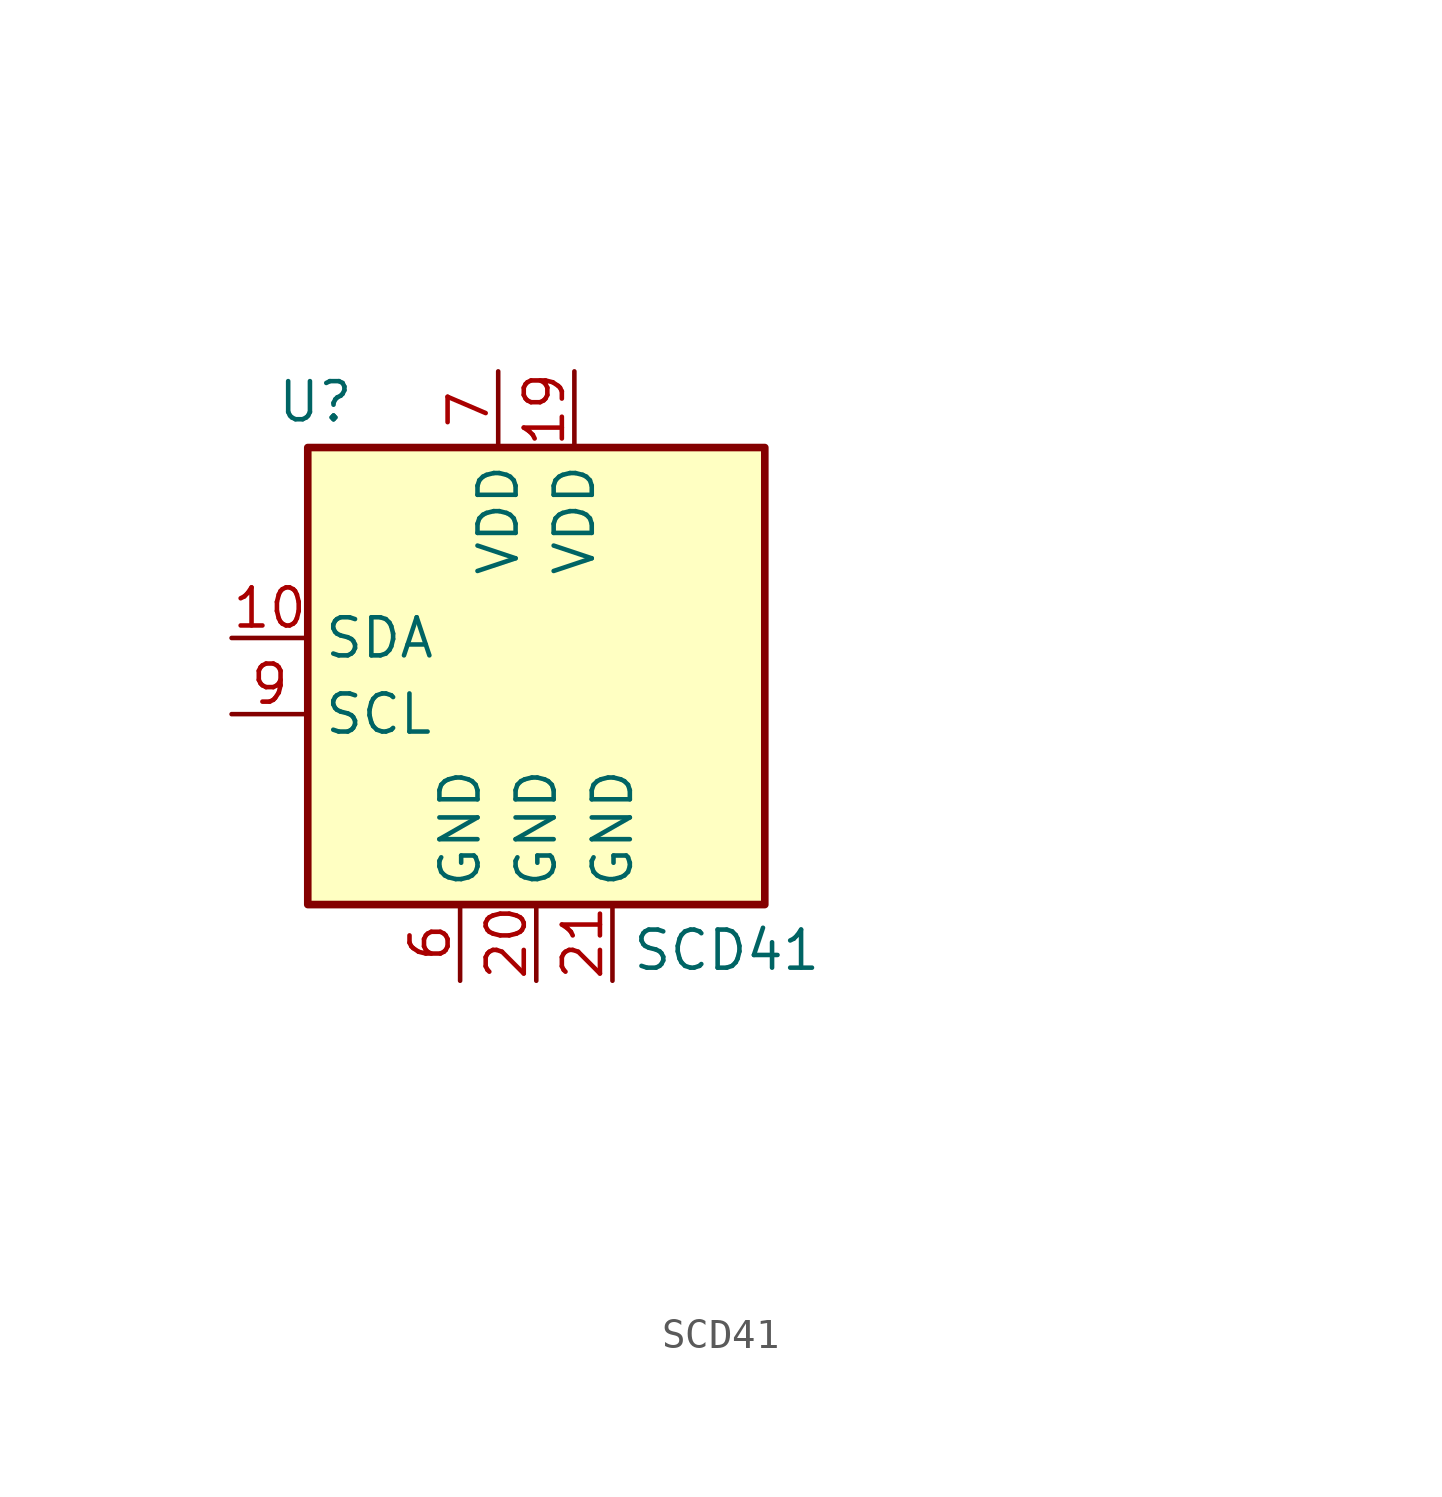
<source format=kicad_sym>
(kicad_symbol_lib
  (version 20211014)
  (generator kicad_symbol_editor)
  (symbol "SCD41"
    (property "Reference" "U"
      (at -7.366 9.144 0)
      (effects (font (size 1.27 1.27))))
    (property "Value" "SCD41"
      (at 6.35 -9.144 0)
      (effects (font (size 1.27 1.27))))
    (symbol "SCD41_0_1"
      (rectangle (start -7.62 7.62) (end 7.62 -7.62) (stroke (width 0.254) (type default) (color 0 0 0 0)) (fill (type background))))
    (symbol "SCD41_1_1"
      (pin no_connect line (at 22.86 15.24 180) (length 2.54) hide (name "DNC" (effects (font (size 1.27 1.27)))) (number "1" (effects (font (size 1.27 1.27)))))
      (pin bidirectional line (at -10.16 1.27 0) (length 2.54) (name "SDA" (effects (font (size 1.27 1.27)))) (number "10" (effects (font (size 1.27 1.27)))))
      (pin no_connect line (at 22.86 0 180) (length 2.54) hide (name "DNC" (effects (font (size 1.27 1.27)))) (number "11" (effects (font (size 1.27 1.27)))))
      (pin no_connect line (at 22.86 -2.54 180) (length 2.54) hide (name "DNC" (effects (font (size 1.27 1.27)))) (number "12" (effects (font (size 1.27 1.27)))))
      (pin no_connect line (at 22.86 -5.08 180) (length 2.54) hide (name "DNC" (effects (font (size 1.27 1.27)))) (number "13" (effects (font (size 1.27 1.27)))))
      (pin no_connect line (at 22.86 -7.62 180) (length 2.54) hide (name "DNC" (effects (font (size 1.27 1.27)))) (number "14" (effects (font (size 1.27 1.27)))))
      (pin no_connect line (at 22.86 -10.16 180) (length 2.54) hide (name "DNC" (effects (font (size 1.27 1.27)))) (number "15" (effects (font (size 1.27 1.27)))))
      (pin no_connect line (at 22.86 -12.7 180) (length 2.54) hide (name "DNC" (effects (font (size 1.27 1.27)))) (number "16" (effects (font (size 1.27 1.27)))))
      (pin no_connect line (at 22.86 -15.24 180) (length 2.54) hide (name "DNC" (effects (font (size 1.27 1.27)))) (number "17" (effects (font (size 1.27 1.27)))))
      (pin no_connect line (at 22.86 -17.78 180) (length 2.54) hide (name "DNC" (effects (font (size 1.27 1.27)))) (number "18" (effects (font (size 1.27 1.27)))))
      (pin power_in line (at 1.27 10.16 270) (length 2.54) (name "VDD" (effects (font (size 1.27 1.27)))) (number "19" (effects (font (size 1.27 1.27)))))
      (pin no_connect line (at 22.86 12.7 180) (length 2.54) hide (name "DNC" (effects (font (size 1.27 1.27)))) (number "2" (effects (font (size 1.27 1.27)))))
      (pin power_in line (at 0 -10.16 90) (length 2.54) (name "GND" (effects (font (size 1.27 1.27)))) (number "20" (effects (font (size 1.27 1.27)))))
      (pin power_in line (at 2.54 -10.16 90) (length 2.54) (name "GND" (effects (font (size 1.27 1.27)))) (number "21" (effects (font (size 1.27 1.27)))))
      (pin no_connect line (at 22.86 10.16 180) (length 2.54) hide (name "DNC" (effects (font (size 1.27 1.27)))) (number "3" (effects (font (size 1.27 1.27)))))
      (pin no_connect line (at 22.86 7.62 180) (length 2.54) hide (name "DNC" (effects (font (size 1.27 1.27)))) (number "4" (effects (font (size 1.27 1.27)))))
      (pin no_connect line (at 22.86 5.08 180) (length 2.54) hide (name "DNC" (effects (font (size 1.27 1.27)))) (number "5" (effects (font (size 1.27 1.27)))))
      (pin power_in line (at -2.54 -10.16 90) (length 2.54) (name "GND" (effects (font (size 1.27 1.27)))) (number "6" (effects (font (size 1.27 1.27)))))
      (pin power_in line (at -1.27 10.16 270) (length 2.54) (name "VDD" (effects (font (size 1.27 1.27)))) (number "7" (effects (font (size 1.27 1.27)))))
      (pin no_connect line (at 22.86 2.54 180) (length 2.54) hide (name "DNC" (effects (font (size 1.27 1.27)))) (number "8" (effects (font (size 1.27 1.27)))))
      (pin input line (at -10.16 -1.27 0) (length 2.54) (name "SCL" (effects (font (size 1.27 1.27)))) (number "9" (effects (font (size 1.27 1.27))))))))
</source>
